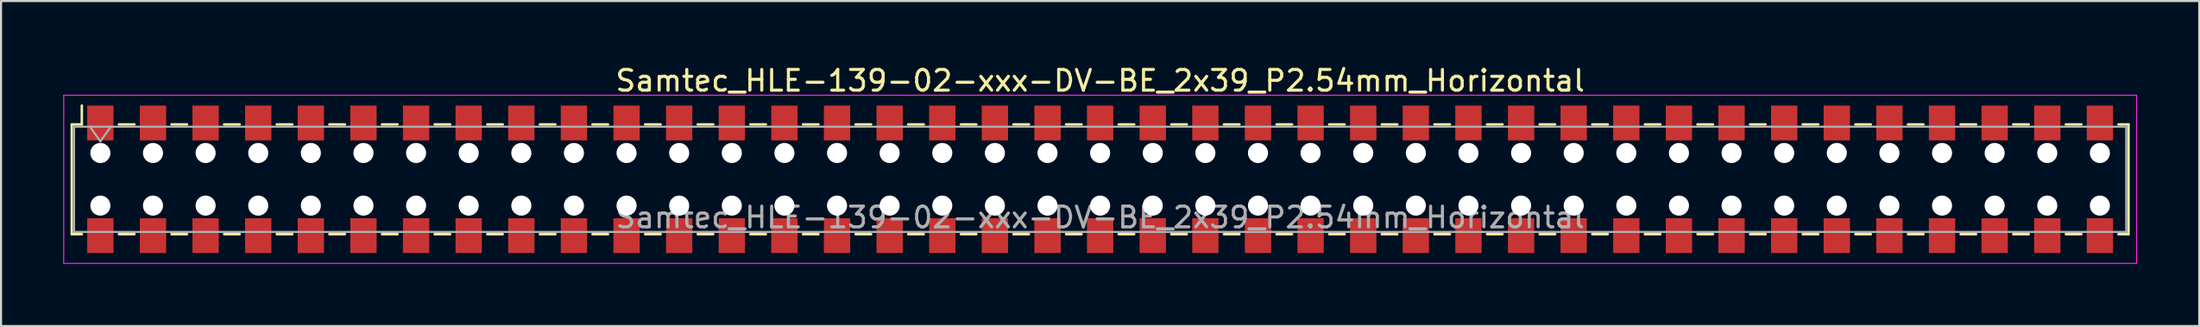
<source format=kicad_pcb>
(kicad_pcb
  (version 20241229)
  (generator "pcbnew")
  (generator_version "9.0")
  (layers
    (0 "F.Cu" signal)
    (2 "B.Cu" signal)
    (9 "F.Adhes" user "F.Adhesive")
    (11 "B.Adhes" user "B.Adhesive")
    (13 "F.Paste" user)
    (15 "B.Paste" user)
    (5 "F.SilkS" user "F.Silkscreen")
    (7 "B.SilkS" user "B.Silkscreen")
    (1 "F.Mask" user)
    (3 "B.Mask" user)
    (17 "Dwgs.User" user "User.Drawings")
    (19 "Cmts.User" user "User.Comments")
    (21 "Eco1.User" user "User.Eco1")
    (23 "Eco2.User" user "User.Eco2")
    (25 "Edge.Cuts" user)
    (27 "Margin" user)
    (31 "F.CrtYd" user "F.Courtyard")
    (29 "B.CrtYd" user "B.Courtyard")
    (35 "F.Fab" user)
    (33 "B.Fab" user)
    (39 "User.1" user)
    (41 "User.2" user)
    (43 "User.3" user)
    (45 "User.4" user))
  (footprint "Samtec_HLE-139-02-xxx-DV-BE_2x39_P2.54mm_Horizontal"
    (layer "F.Cu")
    (at 50.055 5.608)
    (property "Reference" "Samtec_HLE-139-02-xxx-DV-BE_2x39_P2.54mm_Horizontal" (at 0 -4.76 0) (layer "F.SilkS") (effects (font (size 1 1) (thickness 0.15))))
    (attr smd)
    (fp_line (start -49.64 -2.65) (end -49.64 2.65) (stroke (width 0.12) (type solid)) (layer "F.SilkS"))
    (fp_line (start -49.64 2.65) (end -49.155 2.65) (stroke (width 0.12) (type solid)) (layer "F.SilkS"))
    (fp_line (start -49.155 -3.56) (end -49.155 -2.65) (stroke (width 0.12) (type solid)) (layer "F.SilkS"))
    (fp_line (start -49.155 -2.65) (end -49.64 -2.65) (stroke (width 0.12) (type solid)) (layer "F.SilkS"))
    (fp_line (start -47.365 -2.65) (end -46.615 -2.65) (stroke (width 0.12) (type solid)) (layer "F.SilkS"))
    (fp_line (start -47.365 2.65) (end -46.615 2.65) (stroke (width 0.12) (type solid)) (layer "F.SilkS"))
    (fp_line (start -44.825 -2.65) (end -44.075 -2.65) (stroke (width 0.12) (type solid)) (layer "F.SilkS"))
    (fp_line (start -44.825 2.65) (end -44.075 2.65) (stroke (width 0.12) (type solid)) (layer "F.SilkS"))
    (fp_line (start -42.285 -2.65) (end -41.535 -2.65) (stroke (width 0.12) (type solid)) (layer "F.SilkS"))
    (fp_line (start -42.285 2.65) (end -41.535 2.65) (stroke (width 0.12) (type solid)) (layer "F.SilkS"))
    (fp_line (start -39.745 -2.65) (end -38.995 -2.65) (stroke (width 0.12) (type solid)) (layer "F.SilkS"))
    (fp_line (start -39.745 2.65) (end -38.995 2.65) (stroke (width 0.12) (type solid)) (layer "F.SilkS"))
    (fp_line (start -37.205 -2.65) (end -36.455 -2.65) (stroke (width 0.12) (type solid)) (layer "F.SilkS"))
    (fp_line (start -37.205 2.65) (end -36.455 2.65) (stroke (width 0.12) (type solid)) (layer "F.SilkS"))
    (fp_line (start -34.665 -2.65) (end -33.915 -2.65) (stroke (width 0.12) (type solid)) (layer "F.SilkS"))
    (fp_line (start -34.665 2.65) (end -33.915 2.65) (stroke (width 0.12) (type solid)) (layer "F.SilkS"))
    (fp_line (start -32.125 -2.65) (end -31.375 -2.65) (stroke (width 0.12) (type solid)) (layer "F.SilkS"))
    (fp_line (start -32.125 2.65) (end -31.375 2.65) (stroke (width 0.12) (type solid)) (layer "F.SilkS"))
    (fp_line (start -29.585 -2.65) (end -28.835 -2.65) (stroke (width 0.12) (type solid)) (layer "F.SilkS"))
    (fp_line (start -29.585 2.65) (end -28.835 2.65) (stroke (width 0.12) (type solid)) (layer "F.SilkS"))
    (fp_line (start -27.045 -2.65) (end -26.295 -2.65) (stroke (width 0.12) (type solid)) (layer "F.SilkS"))
    (fp_line (start -27.045 2.65) (end -26.295 2.65) (stroke (width 0.12) (type solid)) (layer "F.SilkS"))
    (fp_line (start -24.505 -2.65) (end -23.755 -2.65) (stroke (width 0.12) (type solid)) (layer "F.SilkS"))
    (fp_line (start -24.505 2.65) (end -23.755 2.65) (stroke (width 0.12) (type solid)) (layer "F.SilkS"))
    (fp_line (start -21.965 -2.65) (end -21.215 -2.65) (stroke (width 0.12) (type solid)) (layer "F.SilkS"))
    (fp_line (start -21.965 2.65) (end -21.215 2.65) (stroke (width 0.12) (type solid)) (layer "F.SilkS"))
    (fp_line (start -19.425 -2.65) (end -18.675 -2.65) (stroke (width 0.12) (type solid)) (layer "F.SilkS"))
    (fp_line (start -19.425 2.65) (end -18.675 2.65) (stroke (width 0.12) (type solid)) (layer "F.SilkS"))
    (fp_line (start -16.885 -2.65) (end -16.135 -2.65) (stroke (width 0.12) (type solid)) (layer "F.SilkS"))
    (fp_line (start -16.885 2.65) (end -16.135 2.65) (stroke (width 0.12) (type solid)) (layer "F.SilkS"))
    (fp_line (start -14.345 -2.65) (end -13.595 -2.65) (stroke (width 0.12) (type solid)) (layer "F.SilkS"))
    (fp_line (start -14.345 2.65) (end -13.595 2.65) (stroke (width 0.12) (type solid)) (layer "F.SilkS"))
    (fp_line (start -11.805 -2.65) (end -11.055 -2.65) (stroke (width 0.12) (type solid)) (layer "F.SilkS"))
    (fp_line (start -11.805 2.65) (end -11.055 2.65) (stroke (width 0.12) (type solid)) (layer "F.SilkS"))
    (fp_line (start -9.265 -2.65) (end -8.515 -2.65) (stroke (width 0.12) (type solid)) (layer "F.SilkS"))
    (fp_line (start -9.265 2.65) (end -8.515 2.65) (stroke (width 0.12) (type solid)) (layer "F.SilkS"))
    (fp_line (start -6.725 -2.65) (end -5.975 -2.65) (stroke (width 0.12) (type solid)) (layer "F.SilkS"))
    (fp_line (start -6.725 2.65) (end -5.975 2.65) (stroke (width 0.12) (type solid)) (layer "F.SilkS"))
    (fp_line (start -4.185 -2.65) (end -3.435 -2.65) (stroke (width 0.12) (type solid)) (layer "F.SilkS"))
    (fp_line (start -4.185 2.65) (end -3.435 2.65) (stroke (width 0.12) (type solid)) (layer "F.SilkS"))
    (fp_line (start -1.645 -2.65) (end -0.895 -2.65) (stroke (width 0.12) (type solid)) (layer "F.SilkS"))
    (fp_line (start -1.645 2.65) (end -0.895 2.65) (stroke (width 0.12) (type solid)) (layer "F.SilkS"))
    (fp_line (start 0.895 -2.65) (end 1.645 -2.65) (stroke (width 0.12) (type solid)) (layer "F.SilkS"))
    (fp_line (start 0.895 2.65) (end 1.645 2.65) (stroke (width 0.12) (type solid)) (layer "F.SilkS"))
    (fp_line (start 3.435 -2.65) (end 4.185 -2.65) (stroke (width 0.12) (type solid)) (layer "F.SilkS"))
    (fp_line (start 3.435 2.65) (end 4.185 2.65) (stroke (width 0.12) (type solid)) (layer "F.SilkS"))
    (fp_line (start 5.975 -2.65) (end 6.725 -2.65) (stroke (width 0.12) (type solid)) (layer "F.SilkS"))
    (fp_line (start 5.975 2.65) (end 6.725 2.65) (stroke (width 0.12) (type solid)) (layer "F.SilkS"))
    (fp_line (start 8.515 -2.65) (end 9.265 -2.65) (stroke (width 0.12) (type solid)) (layer "F.SilkS"))
    (fp_line (start 8.515 2.65) (end 9.265 2.65) (stroke (width 0.12) (type solid)) (layer "F.SilkS"))
    (fp_line (start 11.055 -2.65) (end 11.805 -2.65) (stroke (width 0.12) (type solid)) (layer "F.SilkS"))
    (fp_line (start 11.055 2.65) (end 11.805 2.65) (stroke (width 0.12) (type solid)) (layer "F.SilkS"))
    (fp_line (start 13.595 -2.65) (end 14.345 -2.65) (stroke (width 0.12) (type solid)) (layer "F.SilkS"))
    (fp_line (start 13.595 2.65) (end 14.345 2.65) (stroke (width 0.12) (type solid)) (layer "F.SilkS"))
    (fp_line (start 16.135 -2.65) (end 16.885 -2.65) (stroke (width 0.12) (type solid)) (layer "F.SilkS"))
    (fp_line (start 16.135 2.65) (end 16.885 2.65) (stroke (width 0.12) (type solid)) (layer "F.SilkS"))
    (fp_line (start 18.675 -2.65) (end 19.425 -2.65) (stroke (width 0.12) (type solid)) (layer "F.SilkS"))
    (fp_line (start 18.675 2.65) (end 19.425 2.65) (stroke (width 0.12) (type solid)) (layer "F.SilkS"))
    (fp_line (start 21.215 -2.65) (end 21.965 -2.65) (stroke (width 0.12) (type solid)) (layer "F.SilkS"))
    (fp_line (start 21.215 2.65) (end 21.965 2.65) (stroke (width 0.12) (type solid)) (layer "F.SilkS"))
    (fp_line (start 23.755 -2.65) (end 24.505 -2.65) (stroke (width 0.12) (type solid)) (layer "F.SilkS"))
    (fp_line (start 23.755 2.65) (end 24.505 2.65) (stroke (width 0.12) (type solid)) (layer "F.SilkS"))
    (fp_line (start 26.295 -2.65) (end 27.045 -2.65) (stroke (width 0.12) (type solid)) (layer "F.SilkS"))
    (fp_line (start 26.295 2.65) (end 27.045 2.65) (stroke (width 0.12) (type solid)) (layer "F.SilkS"))
    (fp_line (start 28.835 -2.65) (end 29.585 -2.65) (stroke (width 0.12) (type solid)) (layer "F.SilkS"))
    (fp_line (start 28.835 2.65) (end 29.585 2.65) (stroke (width 0.12) (type solid)) (layer "F.SilkS"))
    (fp_line (start 31.375 -2.65) (end 32.125 -2.65) (stroke (width 0.12) (type solid)) (layer "F.SilkS"))
    (fp_line (start 31.375 2.65) (end 32.125 2.65) (stroke (width 0.12) (type solid)) (layer "F.SilkS"))
    (fp_line (start 33.915 -2.65) (end 34.665 -2.65) (stroke (width 0.12) (type solid)) (layer "F.SilkS"))
    (fp_line (start 33.915 2.65) (end 34.665 2.65) (stroke (width 0.12) (type solid)) (layer "F.SilkS"))
    (fp_line (start 36.455 -2.65) (end 37.205 -2.65) (stroke (width 0.12) (type solid)) (layer "F.SilkS"))
    (fp_line (start 36.455 2.65) (end 37.205 2.65) (stroke (width 0.12) (type solid)) (layer "F.SilkS"))
    (fp_line (start 38.995 -2.65) (end 39.745 -2.65) (stroke (width 0.12) (type solid)) (layer "F.SilkS"))
    (fp_line (start 38.995 2.65) (end 39.745 2.65) (stroke (width 0.12) (type solid)) (layer "F.SilkS"))
    (fp_line (start 41.535 -2.65) (end 42.285 -2.65) (stroke (width 0.12) (type solid)) (layer "F.SilkS"))
    (fp_line (start 41.535 2.65) (end 42.285 2.65) (stroke (width 0.12) (type solid)) (layer "F.SilkS"))
    (fp_line (start 44.075 -2.65) (end 44.825 -2.65) (stroke (width 0.12) (type solid)) (layer "F.SilkS"))
    (fp_line (start 44.075 2.65) (end 44.825 2.65) (stroke (width 0.12) (type solid)) (layer "F.SilkS"))
    (fp_line (start 46.615 -2.65) (end 47.365 -2.65) (stroke (width 0.12) (type solid)) (layer "F.SilkS"))
    (fp_line (start 46.615 2.65) (end 47.365 2.65) (stroke (width 0.12) (type solid)) (layer "F.SilkS"))
    (fp_line (start 49.155 -2.65) (end 49.64 -2.65) (stroke (width 0.12) (type solid)) (layer "F.SilkS"))
    (fp_line (start 49.64 -2.65) (end 49.64 2.65) (stroke (width 0.12) (type solid)) (layer "F.SilkS"))
    (fp_line (start 49.64 2.65) (end 49.155 2.65) (stroke (width 0.12) (type solid)) (layer "F.SilkS"))
    (fp_line (start -50.03 -4.06) (end 50.03 -4.06) (stroke (width 0.05) (type solid)) (layer "F.CrtYd"))
    (fp_line (start -50.03 4.06) (end -50.03 -4.06) (stroke (width 0.05) (type solid)) (layer "F.CrtYd"))
    (fp_line (start 50.03 -4.06) (end 50.03 4.06) (stroke (width 0.05) (type solid)) (layer "F.CrtYd"))
    (fp_line (start 50.03 4.06) (end -50.03 4.06) (stroke (width 0.05) (type solid)) (layer "F.CrtYd"))
    (fp_line (start -49.53 -2.54) (end 49.53 -2.54) (stroke (width 0.1) (type solid)) (layer "F.Fab"))
    (fp_line (start -49.53 2.54) (end -49.53 -2.54) (stroke (width 0.1) (type solid)) (layer "F.Fab"))
    (fp_line (start -48.76 -2.54) (end -48.26 -1.833) (stroke (width 0.1) (type solid)) (layer "F.Fab"))
    (fp_line (start -48.26 -1.833) (end -47.76 -2.54) (stroke (width 0.1) (type solid)) (layer "F.Fab"))
    (fp_line (start 49.53 -2.54) (end 49.53 2.54) (stroke (width 0.1) (type solid)) (layer "F.Fab"))
    (fp_line (start 49.53 2.54) (end -49.53 2.54) (stroke (width 0.1) (type solid)) (layer "F.Fab"))
    (fp_text user "${REFERENCE}" (at 0 1.84 0) (layer "F.Fab") (effects (font (size 1 1) (thickness 0.15))))
    (pad "" np_thru_hole circle (at -48.26 -1.27) (size 0.97 0.97) (drill 0.97) (layers "*.Cu" "*.Mask"))
    (pad "" np_thru_hole circle (at -48.26 1.27) (size 0.97 0.97) (drill 0.97) (layers "*.Cu" "*.Mask"))
    (pad "" np_thru_hole circle (at -45.72 -1.27) (size 0.97 0.97) (drill 0.97) (layers "*.Cu" "*.Mask"))
    (pad "" np_thru_hole circle (at -45.72 1.27) (size 0.97 0.97) (drill 0.97) (layers "*.Cu" "*.Mask"))
    (pad "" np_thru_hole circle (at -43.18 -1.27) (size 0.97 0.97) (drill 0.97) (layers "*.Cu" "*.Mask"))
    (pad "" np_thru_hole circle (at -43.18 1.27) (size 0.97 0.97) (drill 0.97) (layers "*.Cu" "*.Mask"))
    (pad "" np_thru_hole circle (at -40.64 -1.27) (size 0.97 0.97) (drill 0.97) (layers "*.Cu" "*.Mask"))
    (pad "" np_thru_hole circle (at -40.64 1.27) (size 0.97 0.97) (drill 0.97) (layers "*.Cu" "*.Mask"))
    (pad "" np_thru_hole circle (at -38.1 -1.27) (size 0.97 0.97) (drill 0.97) (layers "*.Cu" "*.Mask"))
    (pad "" np_thru_hole circle (at -38.1 1.27) (size 0.97 0.97) (drill 0.97) (layers "*.Cu" "*.Mask"))
    (pad "" np_thru_hole circle (at -35.56 -1.27) (size 0.97 0.97) (drill 0.97) (layers "*.Cu" "*.Mask"))
    (pad "" np_thru_hole circle (at -35.56 1.27) (size 0.97 0.97) (drill 0.97) (layers "*.Cu" "*.Mask"))
    (pad "" np_thru_hole circle (at -33.02 -1.27) (size 0.97 0.97) (drill 0.97) (layers "*.Cu" "*.Mask"))
    (pad "" np_thru_hole circle (at -33.02 1.27) (size 0.97 0.97) (drill 0.97) (layers "*.Cu" "*.Mask"))
    (pad "" np_thru_hole circle (at -30.48 -1.27) (size 0.97 0.97) (drill 0.97) (layers "*.Cu" "*.Mask"))
    (pad "" np_thru_hole circle (at -30.48 1.27) (size 0.97 0.97) (drill 0.97) (layers "*.Cu" "*.Mask"))
    (pad "" np_thru_hole circle (at -27.94 -1.27) (size 0.97 0.97) (drill 0.97) (layers "*.Cu" "*.Mask"))
    (pad "" np_thru_hole circle (at -27.94 1.27) (size 0.97 0.97) (drill 0.97) (layers "*.Cu" "*.Mask"))
    (pad "" np_thru_hole circle (at -25.4 -1.27) (size 0.97 0.97) (drill 0.97) (layers "*.Cu" "*.Mask"))
    (pad "" np_thru_hole circle (at -25.4 1.27) (size 0.97 0.97) (drill 0.97) (layers "*.Cu" "*.Mask"))
    (pad "" np_thru_hole circle (at -22.86 -1.27) (size 0.97 0.97) (drill 0.97) (layers "*.Cu" "*.Mask"))
    (pad "" np_thru_hole circle (at -22.86 1.27) (size 0.97 0.97) (drill 0.97) (layers "*.Cu" "*.Mask"))
    (pad "" np_thru_hole circle (at -20.32 -1.27) (size 0.97 0.97) (drill 0.97) (layers "*.Cu" "*.Mask"))
    (pad "" np_thru_hole circle (at -20.32 1.27) (size 0.97 0.97) (drill 0.97) (layers "*.Cu" "*.Mask"))
    (pad "" np_thru_hole circle (at -17.78 -1.27) (size 0.97 0.97) (drill 0.97) (layers "*.Cu" "*.Mask"))
    (pad "" np_thru_hole circle (at -17.78 1.27) (size 0.97 0.97) (drill 0.97) (layers "*.Cu" "*.Mask"))
    (pad "" np_thru_hole circle (at -15.24 -1.27) (size 0.97 0.97) (drill 0.97) (layers "*.Cu" "*.Mask"))
    (pad "" np_thru_hole circle (at -15.24 1.27) (size 0.97 0.97) (drill 0.97) (layers "*.Cu" "*.Mask"))
    (pad "" np_thru_hole circle (at -12.7 -1.27) (size 0.97 0.97) (drill 0.97) (layers "*.Cu" "*.Mask"))
    (pad "" np_thru_hole circle (at -12.7 1.27) (size 0.97 0.97) (drill 0.97) (layers "*.Cu" "*.Mask"))
    (pad "" np_thru_hole circle (at -10.16 -1.27) (size 0.97 0.97) (drill 0.97) (layers "*.Cu" "*.Mask"))
    (pad "" np_thru_hole circle (at -10.16 1.27) (size 0.97 0.97) (drill 0.97) (layers "*.Cu" "*.Mask"))
    (pad "" np_thru_hole circle (at -7.62 -1.27) (size 0.97 0.97) (drill 0.97) (layers "*.Cu" "*.Mask"))
    (pad "" np_thru_hole circle (at -7.62 1.27) (size 0.97 0.97) (drill 0.97) (layers "*.Cu" "*.Mask"))
    (pad "" np_thru_hole circle (at -5.08 -1.27) (size 0.97 0.97) (drill 0.97) (layers "*.Cu" "*.Mask"))
    (pad "" np_thru_hole circle (at -5.08 1.27) (size 0.97 0.97) (drill 0.97) (layers "*.Cu" "*.Mask"))
    (pad "" np_thru_hole circle (at -2.54 -1.27) (size 0.97 0.97) (drill 0.97) (layers "*.Cu" "*.Mask"))
    (pad "" np_thru_hole circle (at -2.54 1.27) (size 0.97 0.97) (drill 0.97) (layers "*.Cu" "*.Mask"))
    (pad "" np_thru_hole circle (at 0 -1.27) (size 0.97 0.97) (drill 0.97) (layers "*.Cu" "*.Mask"))
    (pad "" np_thru_hole circle (at 0 1.27) (size 0.97 0.97) (drill 0.97) (layers "*.Cu" "*.Mask"))
    (pad "" np_thru_hole circle (at 2.54 -1.27) (size 0.97 0.97) (drill 0.97) (layers "*.Cu" "*.Mask"))
    (pad "" np_thru_hole circle (at 2.54 1.27) (size 0.97 0.97) (drill 0.97) (layers "*.Cu" "*.Mask"))
    (pad "" np_thru_hole circle (at 5.08 -1.27) (size 0.97 0.97) (drill 0.97) (layers "*.Cu" "*.Mask"))
    (pad "" np_thru_hole circle (at 5.08 1.27) (size 0.97 0.97) (drill 0.97) (layers "*.Cu" "*.Mask"))
    (pad "" np_thru_hole circle (at 7.62 -1.27) (size 0.97 0.97) (drill 0.97) (layers "*.Cu" "*.Mask"))
    (pad "" np_thru_hole circle (at 7.62 1.27) (size 0.97 0.97) (drill 0.97) (layers "*.Cu" "*.Mask"))
    (pad "" np_thru_hole circle (at 10.16 -1.27) (size 0.97 0.97) (drill 0.97) (layers "*.Cu" "*.Mask"))
    (pad "" np_thru_hole circle (at 10.16 1.27) (size 0.97 0.97) (drill 0.97) (layers "*.Cu" "*.Mask"))
    (pad "" np_thru_hole circle (at 12.7 -1.27) (size 0.97 0.97) (drill 0.97) (layers "*.Cu" "*.Mask"))
    (pad "" np_thru_hole circle (at 12.7 1.27) (size 0.97 0.97) (drill 0.97) (layers "*.Cu" "*.Mask"))
    (pad "" np_thru_hole circle (at 15.24 -1.27) (size 0.97 0.97) (drill 0.97) (layers "*.Cu" "*.Mask"))
    (pad "" np_thru_hole circle (at 15.24 1.27) (size 0.97 0.97) (drill 0.97) (layers "*.Cu" "*.Mask"))
    (pad "" np_thru_hole circle (at 17.78 -1.27) (size 0.97 0.97) (drill 0.97) (layers "*.Cu" "*.Mask"))
    (pad "" np_thru_hole circle (at 17.78 1.27) (size 0.97 0.97) (drill 0.97) (layers "*.Cu" "*.Mask"))
    (pad "" np_thru_hole circle (at 20.32 -1.27) (size 0.97 0.97) (drill 0.97) (layers "*.Cu" "*.Mask"))
    (pad "" np_thru_hole circle (at 20.32 1.27) (size 0.97 0.97) (drill 0.97) (layers "*.Cu" "*.Mask"))
    (pad "" np_thru_hole circle (at 22.86 -1.27) (size 0.97 0.97) (drill 0.97) (layers "*.Cu" "*.Mask"))
    (pad "" np_thru_hole circle (at 22.86 1.27) (size 0.97 0.97) (drill 0.97) (layers "*.Cu" "*.Mask"))
    (pad "" np_thru_hole circle (at 25.4 -1.27) (size 0.97 0.97) (drill 0.97) (layers "*.Cu" "*.Mask"))
    (pad "" np_thru_hole circle (at 25.4 1.27) (size 0.97 0.97) (drill 0.97) (layers "*.Cu" "*.Mask"))
    (pad "" np_thru_hole circle (at 27.94 -1.27) (size 0.97 0.97) (drill 0.97) (layers "*.Cu" "*.Mask"))
    (pad "" np_thru_hole circle (at 27.94 1.27) (size 0.97 0.97) (drill 0.97) (layers "*.Cu" "*.Mask"))
    (pad "" np_thru_hole circle (at 30.48 -1.27) (size 0.97 0.97) (drill 0.97) (layers "*.Cu" "*.Mask"))
    (pad "" np_thru_hole circle (at 30.48 1.27) (size 0.97 0.97) (drill 0.97) (layers "*.Cu" "*.Mask"))
    (pad "" np_thru_hole circle (at 33.02 -1.27) (size 0.97 0.97) (drill 0.97) (layers "*.Cu" "*.Mask"))
    (pad "" np_thru_hole circle (at 33.02 1.27) (size 0.97 0.97) (drill 0.97) (layers "*.Cu" "*.Mask"))
    (pad "" np_thru_hole circle (at 35.56 -1.27) (size 0.97 0.97) (drill 0.97) (layers "*.Cu" "*.Mask"))
    (pad "" np_thru_hole circle (at 35.56 1.27) (size 0.97 0.97) (drill 0.97) (layers "*.Cu" "*.Mask"))
    (pad "" np_thru_hole circle (at 38.1 -1.27) (size 0.97 0.97) (drill 0.97) (layers "*.Cu" "*.Mask"))
    (pad "" np_thru_hole circle (at 38.1 1.27) (size 0.97 0.97) (drill 0.97) (layers "*.Cu" "*.Mask"))
    (pad "" np_thru_hole circle (at 40.64 -1.27) (size 0.97 0.97) (drill 0.97) (layers "*.Cu" "*.Mask"))
    (pad "" np_thru_hole circle (at 40.64 1.27) (size 0.97 0.97) (drill 0.97) (layers "*.Cu" "*.Mask"))
    (pad "" np_thru_hole circle (at 43.18 -1.27) (size 0.97 0.97) (drill 0.97) (layers "*.Cu" "*.Mask"))
    (pad "" np_thru_hole circle (at 43.18 1.27) (size 0.97 0.97) (drill 0.97) (layers "*.Cu" "*.Mask"))
    (pad "" np_thru_hole circle (at 45.72 -1.27) (size 0.97 0.97) (drill 0.97) (layers "*.Cu" "*.Mask"))
    (pad "" np_thru_hole circle (at 45.72 1.27) (size 0.97 0.97) (drill 0.97) (layers "*.Cu" "*.Mask"))
    (pad "" np_thru_hole circle (at 48.26 -1.27) (size 0.97 0.97) (drill 0.97) (layers "*.Cu" "*.Mask"))
    (pad "" np_thru_hole circle (at 48.26 1.27) (size 0.97 0.97) (drill 0.97) (layers "*.Cu" "*.Mask"))
    (pad "1" smd rect (at -48.26 -2.72) (size 1.27 1.68) (layers "F.Cu" "F.Mask" "F.Paste"))
    (pad "2" smd rect (at -48.26 2.72) (size 1.27 1.68) (layers "F.Cu" "F.Mask" "F.Paste"))
    (pad "3" smd rect (at -45.72 -2.72) (size 1.27 1.68) (layers "F.Cu" "F.Mask" "F.Paste"))
    (pad "4" smd rect (at -45.72 2.72) (size 1.27 1.68) (layers "F.Cu" "F.Mask" "F.Paste"))
    (pad "5" smd rect (at -43.18 -2.72) (size 1.27 1.68) (layers "F.Cu" "F.Mask" "F.Paste"))
    (pad "6" smd rect (at -43.18 2.72) (size 1.27 1.68) (layers "F.Cu" "F.Mask" "F.Paste"))
    (pad "7" smd rect (at -40.64 -2.72) (size 1.27 1.68) (layers "F.Cu" "F.Mask" "F.Paste"))
    (pad "8" smd rect (at -40.64 2.72) (size 1.27 1.68) (layers "F.Cu" "F.Mask" "F.Paste"))
    (pad "9" smd rect (at -38.1 -2.72) (size 1.27 1.68) (layers "F.Cu" "F.Mask" "F.Paste"))
    (pad "10" smd rect (at -38.1 2.72) (size 1.27 1.68) (layers "F.Cu" "F.Mask" "F.Paste"))
    (pad "11" smd rect (at -35.56 -2.72) (size 1.27 1.68) (layers "F.Cu" "F.Mask" "F.Paste"))
    (pad "12" smd rect (at -35.56 2.72) (size 1.27 1.68) (layers "F.Cu" "F.Mask" "F.Paste"))
    (pad "13" smd rect (at -33.02 -2.72) (size 1.27 1.68) (layers "F.Cu" "F.Mask" "F.Paste"))
    (pad "14" smd rect (at -33.02 2.72) (size 1.27 1.68) (layers "F.Cu" "F.Mask" "F.Paste"))
    (pad "15" smd rect (at -30.48 -2.72) (size 1.27 1.68) (layers "F.Cu" "F.Mask" "F.Paste"))
    (pad "16" smd rect (at -30.48 2.72) (size 1.27 1.68) (layers "F.Cu" "F.Mask" "F.Paste"))
    (pad "17" smd rect (at -27.94 -2.72) (size 1.27 1.68) (layers "F.Cu" "F.Mask" "F.Paste"))
    (pad "18" smd rect (at -27.94 2.72) (size 1.27 1.68) (layers "F.Cu" "F.Mask" "F.Paste"))
    (pad "19" smd rect (at -25.4 -2.72) (size 1.27 1.68) (layers "F.Cu" "F.Mask" "F.Paste"))
    (pad "20" smd rect (at -25.4 2.72) (size 1.27 1.68) (layers "F.Cu" "F.Mask" "F.Paste"))
    (pad "21" smd rect (at -22.86 -2.72) (size 1.27 1.68) (layers "F.Cu" "F.Mask" "F.Paste"))
    (pad "22" smd rect (at -22.86 2.72) (size 1.27 1.68) (layers "F.Cu" "F.Mask" "F.Paste"))
    (pad "23" smd rect (at -20.32 -2.72) (size 1.27 1.68) (layers "F.Cu" "F.Mask" "F.Paste"))
    (pad "24" smd rect (at -20.32 2.72) (size 1.27 1.68) (layers "F.Cu" "F.Mask" "F.Paste"))
    (pad "25" smd rect (at -17.78 -2.72) (size 1.27 1.68) (layers "F.Cu" "F.Mask" "F.Paste"))
    (pad "26" smd rect (at -17.78 2.72) (size 1.27 1.68) (layers "F.Cu" "F.Mask" "F.Paste"))
    (pad "27" smd rect (at -15.24 -2.72) (size 1.27 1.68) (layers "F.Cu" "F.Mask" "F.Paste"))
    (pad "28" smd rect (at -15.24 2.72) (size 1.27 1.68) (layers "F.Cu" "F.Mask" "F.Paste"))
    (pad "29" smd rect (at -12.7 -2.72) (size 1.27 1.68) (layers "F.Cu" "F.Mask" "F.Paste"))
    (pad "30" smd rect (at -12.7 2.72) (size 1.27 1.68) (layers "F.Cu" "F.Mask" "F.Paste"))
    (pad "31" smd rect (at -10.16 -2.72) (size 1.27 1.68) (layers "F.Cu" "F.Mask" "F.Paste"))
    (pad "32" smd rect (at -10.16 2.72) (size 1.27 1.68) (layers "F.Cu" "F.Mask" "F.Paste"))
    (pad "33" smd rect (at -7.62 -2.72) (size 1.27 1.68) (layers "F.Cu" "F.Mask" "F.Paste"))
    (pad "34" smd rect (at -7.62 2.72) (size 1.27 1.68) (layers "F.Cu" "F.Mask" "F.Paste"))
    (pad "35" smd rect (at -5.08 -2.72) (size 1.27 1.68) (layers "F.Cu" "F.Mask" "F.Paste"))
    (pad "36" smd rect (at -5.08 2.72) (size 1.27 1.68) (layers "F.Cu" "F.Mask" "F.Paste"))
    (pad "37" smd rect (at -2.54 -2.72) (size 1.27 1.68) (layers "F.Cu" "F.Mask" "F.Paste"))
    (pad "38" smd rect (at -2.54 2.72) (size 1.27 1.68) (layers "F.Cu" "F.Mask" "F.Paste"))
    (pad "39" smd rect (at 0 -2.72) (size 1.27 1.68) (layers "F.Cu" "F.Mask" "F.Paste"))
    (pad "40" smd rect (at 0 2.72) (size 1.27 1.68) (layers "F.Cu" "F.Mask" "F.Paste"))
    (pad "41" smd rect (at 2.54 -2.72) (size 1.27 1.68) (layers "F.Cu" "F.Mask" "F.Paste"))
    (pad "42" smd rect (at 2.54 2.72) (size 1.27 1.68) (layers "F.Cu" "F.Mask" "F.Paste"))
    (pad "43" smd rect (at 5.08 -2.72) (size 1.27 1.68) (layers "F.Cu" "F.Mask" "F.Paste"))
    (pad "44" smd rect (at 5.08 2.72) (size 1.27 1.68) (layers "F.Cu" "F.Mask" "F.Paste"))
    (pad "45" smd rect (at 7.62 -2.72) (size 1.27 1.68) (layers "F.Cu" "F.Mask" "F.Paste"))
    (pad "46" smd rect (at 7.62 2.72) (size 1.27 1.68) (layers "F.Cu" "F.Mask" "F.Paste"))
    (pad "47" smd rect (at 10.16 -2.72) (size 1.27 1.68) (layers "F.Cu" "F.Mask" "F.Paste"))
    (pad "48" smd rect (at 10.16 2.72) (size 1.27 1.68) (layers "F.Cu" "F.Mask" "F.Paste"))
    (pad "49" smd rect (at 12.7 -2.72) (size 1.27 1.68) (layers "F.Cu" "F.Mask" "F.Paste"))
    (pad "50" smd rect (at 12.7 2.72) (size 1.27 1.68) (layers "F.Cu" "F.Mask" "F.Paste"))
    (pad "51" smd rect (at 15.24 -2.72) (size 1.27 1.68) (layers "F.Cu" "F.Mask" "F.Paste"))
    (pad "52" smd rect (at 15.24 2.72) (size 1.27 1.68) (layers "F.Cu" "F.Mask" "F.Paste"))
    (pad "53" smd rect (at 17.78 -2.72) (size 1.27 1.68) (layers "F.Cu" "F.Mask" "F.Paste"))
    (pad "54" smd rect (at 17.78 2.72) (size 1.27 1.68) (layers "F.Cu" "F.Mask" "F.Paste"))
    (pad "55" smd rect (at 20.32 -2.72) (size 1.27 1.68) (layers "F.Cu" "F.Mask" "F.Paste"))
    (pad "56" smd rect (at 20.32 2.72) (size 1.27 1.68) (layers "F.Cu" "F.Mask" "F.Paste"))
    (pad "57" smd rect (at 22.86 -2.72) (size 1.27 1.68) (layers "F.Cu" "F.Mask" "F.Paste"))
    (pad "58" smd rect (at 22.86 2.72) (size 1.27 1.68) (layers "F.Cu" "F.Mask" "F.Paste"))
    (pad "59" smd rect (at 25.4 -2.72) (size 1.27 1.68) (layers "F.Cu" "F.Mask" "F.Paste"))
    (pad "60" smd rect (at 25.4 2.72) (size 1.27 1.68) (layers "F.Cu" "F.Mask" "F.Paste"))
    (pad "61" smd rect (at 27.94 -2.72) (size 1.27 1.68) (layers "F.Cu" "F.Mask" "F.Paste"))
    (pad "62" smd rect (at 27.94 2.72) (size 1.27 1.68) (layers "F.Cu" "F.Mask" "F.Paste"))
    (pad "63" smd rect (at 30.48 -2.72) (size 1.27 1.68) (layers "F.Cu" "F.Mask" "F.Paste"))
    (pad "64" smd rect (at 30.48 2.72) (size 1.27 1.68) (layers "F.Cu" "F.Mask" "F.Paste"))
    (pad "65" smd rect (at 33.02 -2.72) (size 1.27 1.68) (layers "F.Cu" "F.Mask" "F.Paste"))
    (pad "66" smd rect (at 33.02 2.72) (size 1.27 1.68) (layers "F.Cu" "F.Mask" "F.Paste"))
    (pad "67" smd rect (at 35.56 -2.72) (size 1.27 1.68) (layers "F.Cu" "F.Mask" "F.Paste"))
    (pad "68" smd rect (at 35.56 2.72) (size 1.27 1.68) (layers "F.Cu" "F.Mask" "F.Paste"))
    (pad "69" smd rect (at 38.1 -2.72) (size 1.27 1.68) (layers "F.Cu" "F.Mask" "F.Paste"))
    (pad "70" smd rect (at 38.1 2.72) (size 1.27 1.68) (layers "F.Cu" "F.Mask" "F.Paste"))
    (pad "71" smd rect (at 40.64 -2.72) (size 1.27 1.68) (layers "F.Cu" "F.Mask" "F.Paste"))
    (pad "72" smd rect (at 40.64 2.72) (size 1.27 1.68) (layers "F.Cu" "F.Mask" "F.Paste"))
    (pad "73" smd rect (at 43.18 -2.72) (size 1.27 1.68) (layers "F.Cu" "F.Mask" "F.Paste"))
    (pad "74" smd rect (at 43.18 2.72) (size 1.27 1.68) (layers "F.Cu" "F.Mask" "F.Paste"))
    (pad "75" smd rect (at 45.72 -2.72) (size 1.27 1.68) (layers "F.Cu" "F.Mask" "F.Paste"))
    (pad "76" smd rect (at 45.72 2.72) (size 1.27 1.68) (layers "F.Cu" "F.Mask" "F.Paste"))
    (pad "77" smd rect (at 48.26 -2.72) (size 1.27 1.68) (layers "F.Cu" "F.Mask" "F.Paste"))
    (pad "78" smd rect (at 48.26 2.72) (size 1.27 1.68) (layers "F.Cu" "F.Mask" "F.Paste")))
  (gr_rect
    (start -3 -3)
    (end 103.11 12.693)
    (stroke (width 0.1) (type default))
    (fill no)
    (layer "Edge.Cuts")))
</source>
